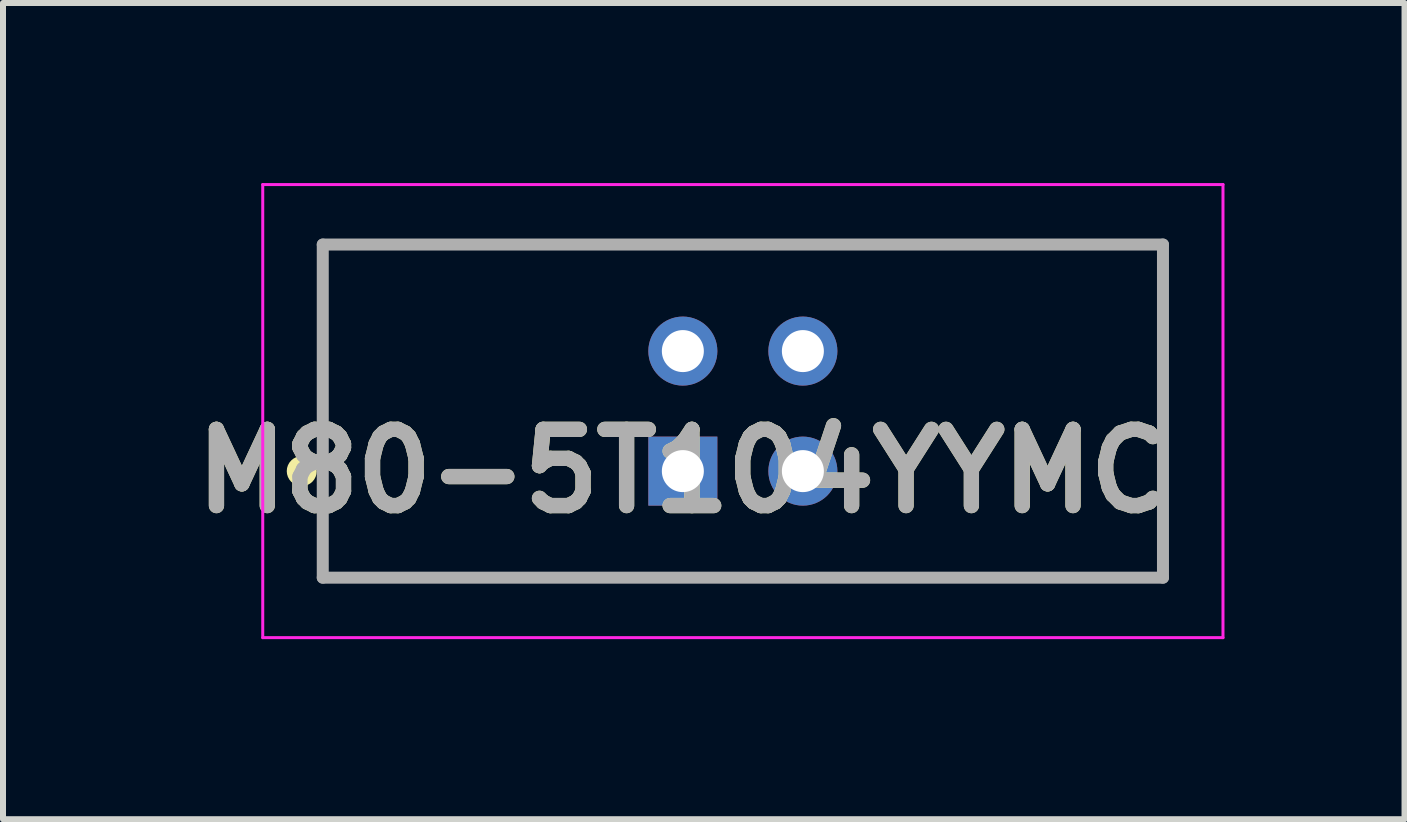
<source format=kicad_pcb>
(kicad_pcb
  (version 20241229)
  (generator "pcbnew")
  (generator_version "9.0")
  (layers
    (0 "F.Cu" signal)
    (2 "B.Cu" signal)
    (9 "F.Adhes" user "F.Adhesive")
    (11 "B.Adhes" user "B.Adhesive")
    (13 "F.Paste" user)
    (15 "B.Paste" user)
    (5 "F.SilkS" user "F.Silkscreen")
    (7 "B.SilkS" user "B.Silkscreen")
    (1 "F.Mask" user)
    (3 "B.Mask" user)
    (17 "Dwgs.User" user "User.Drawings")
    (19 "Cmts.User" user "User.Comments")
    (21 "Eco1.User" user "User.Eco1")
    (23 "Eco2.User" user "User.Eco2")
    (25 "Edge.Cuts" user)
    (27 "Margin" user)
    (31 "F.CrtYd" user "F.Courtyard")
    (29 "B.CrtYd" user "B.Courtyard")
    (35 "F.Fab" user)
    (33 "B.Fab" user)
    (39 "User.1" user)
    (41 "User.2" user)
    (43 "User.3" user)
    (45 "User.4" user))
  (footprint "M80-5T104YYMC"
    (layer "F.Cu")
    (at 8.328 4.8)
    (property "Reference" "M80-5T104YYMC" (at 0 0 0) (layer "F.SilkS") (effects (font (size 1.27 1.27) (thickness 0.254))))
    (attr through_hole)
    (fp_line (start -6 -3.775) (end 8 -3.775) (stroke (width 0.1) (type solid)) (layer "F.SilkS"))
    (fp_line (start -6 1.775) (end -6 -3.775) (stroke (width 0.1) (type solid)) (layer "F.SilkS"))
    (fp_line (start 8 -3.775) (end 8 1.775) (stroke (width 0.1) (type solid)) (layer "F.SilkS"))
    (fp_line (start 8 1.775) (end -6 1.775) (stroke (width 0.1) (type solid)) (layer "F.SilkS"))
    (fp_circle (center -6.35 0) (end -6.35 0.05) (stroke (width 0.2) (type solid)) (fill no) (layer "F.SilkS"))
    (fp_line (start -7 -4.775) (end 9 -4.775) (stroke (width 0.05) (type solid)) (layer "F.CrtYd"))
    (fp_line (start -7 2.775) (end -7 -4.775) (stroke (width 0.05) (type solid)) (layer "F.CrtYd"))
    (fp_line (start 9 -4.775) (end 9 2.775) (stroke (width 0.05) (type solid)) (layer "F.CrtYd"))
    (fp_line (start 9 2.775) (end -7 2.775) (stroke (width 0.05) (type solid)) (layer "F.CrtYd"))
    (fp_line (start -6 -3.775) (end 8 -3.775) (stroke (width 0.2) (type solid)) (layer "F.Fab"))
    (fp_line (start -6 1.775) (end -6 -3.775) (stroke (width 0.2) (type solid)) (layer "F.Fab"))
    (fp_line (start 8 -3.775) (end 8 1.775) (stroke (width 0.2) (type solid)) (layer "F.Fab"))
    (fp_line (start 8 1.775) (end -6 1.775) (stroke (width 0.2) (type solid)) (layer "F.Fab"))
    (fp_text user "${REFERENCE}" (at 0 0 0) (layer "F.Fab") (effects (font (size 1.27 1.27) (thickness 0.254))))
    (pad "1" thru_hole rect (at 0 0) (size 1.15 1.15) (drill 0.7) (layers "*.Cu" "*.Mask"))
    (pad "2" thru_hole circle (at 2 0) (size 1.15 1.15) (drill 0.7) (layers "*.Cu" "*.Mask"))
    (pad "3" thru_hole circle (at 0 -2) (size 1.15 1.15) (drill 0.7) (layers "*.Cu" "*.Mask"))
    (pad "4" thru_hole circle (at 2 -2) (size 1.15 1.15) (drill 0.7) (layers "*.Cu" "*.Mask")))
  (gr_rect
    (start -3 -3)
    (end 20.353 10.6)
    (stroke (width 0.1) (type default))
    (fill no)
    (layer "Edge.Cuts")))
</source>
